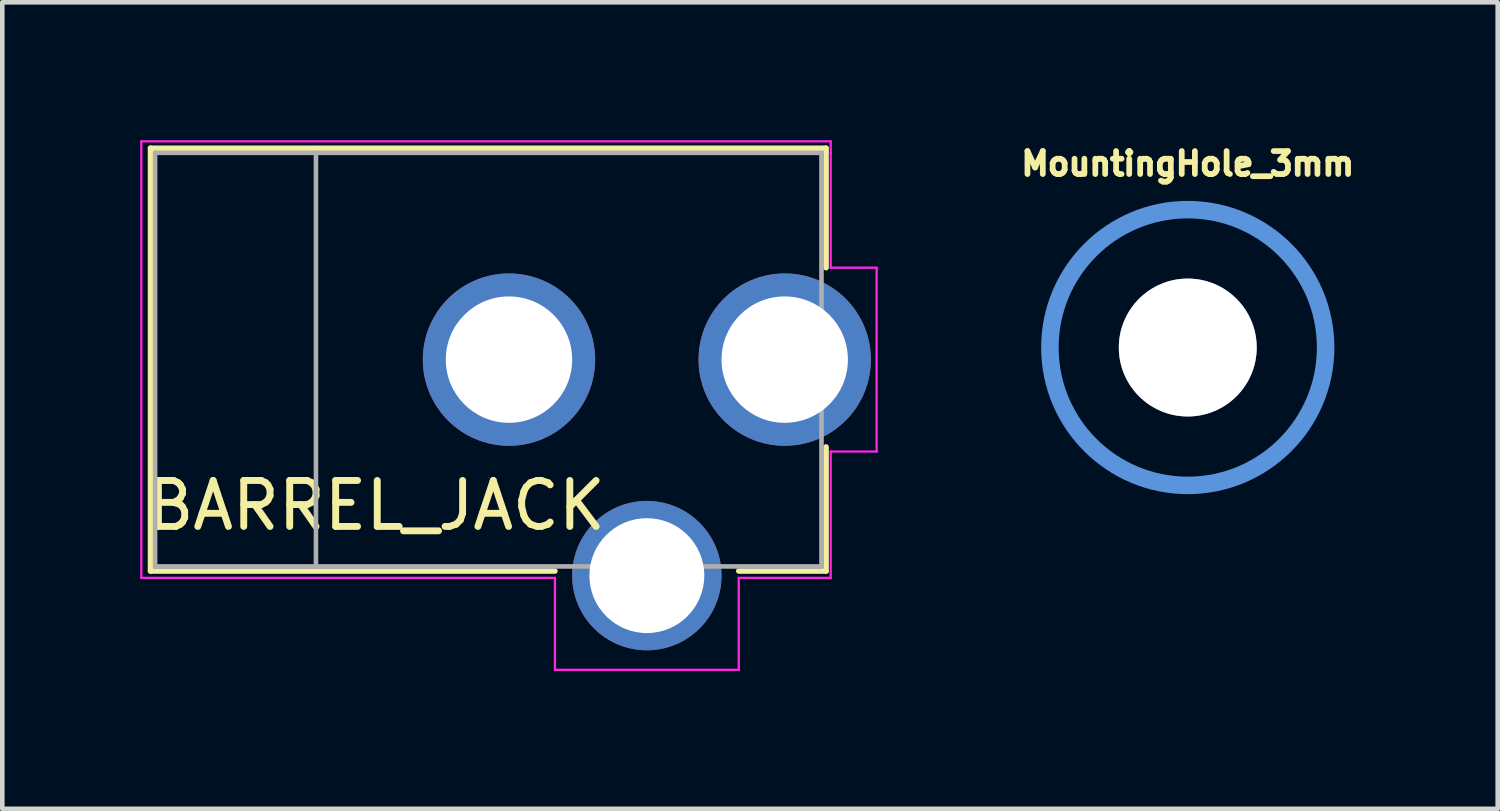
<source format=kicad_pcb>
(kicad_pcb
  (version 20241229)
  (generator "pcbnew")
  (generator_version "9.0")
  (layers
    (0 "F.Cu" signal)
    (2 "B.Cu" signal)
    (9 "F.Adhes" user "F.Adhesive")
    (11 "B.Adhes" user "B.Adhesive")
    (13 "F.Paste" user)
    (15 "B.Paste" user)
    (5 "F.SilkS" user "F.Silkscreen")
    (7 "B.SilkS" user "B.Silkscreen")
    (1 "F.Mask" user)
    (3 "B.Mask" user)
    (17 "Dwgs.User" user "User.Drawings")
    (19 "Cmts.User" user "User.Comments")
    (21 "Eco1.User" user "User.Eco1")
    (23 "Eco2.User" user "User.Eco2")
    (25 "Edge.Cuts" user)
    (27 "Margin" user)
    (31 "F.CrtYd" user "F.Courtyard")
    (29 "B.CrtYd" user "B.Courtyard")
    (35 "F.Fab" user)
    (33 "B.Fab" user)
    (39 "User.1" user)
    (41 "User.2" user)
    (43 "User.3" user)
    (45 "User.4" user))
  (footprint "BARREL_JACK"
    (layer "F.Cu")
    (at 14.025 4.775)
    (property "Reference" "BARREL_JACK" (at -8.89 3.175 0) (layer "F.SilkS") (effects (font (size 1 1) (thickness 0.15))))
    (attr through_hole)
    (fp_line (start -13.8 -4.6) (end 0.9 -4.6) (stroke (width 0.12) (type solid)) (layer "F.SilkS"))
    (fp_line (start -13.8 4.6) (end -13.8 -4.6) (stroke (width 0.12) (type solid)) (layer "F.SilkS"))
    (fp_line (start -5 4.6) (end -13.8 4.6) (stroke (width 0.12) (type solid)) (layer "F.SilkS"))
    (fp_line (start 0.9 -4.6) (end 0.9 -2) (stroke (width 0.12) (type solid)) (layer "F.SilkS"))
    (fp_line (start 0.9 1.9) (end 0.9 4.6) (stroke (width 0.12) (type solid)) (layer "F.SilkS"))
    (fp_line (start 0.9 4.6) (end -1 4.6) (stroke (width 0.12) (type solid)) (layer "F.SilkS"))
    (fp_line (start -14 4.75) (end -14 -4.75) (stroke (width 0.05) (type solid)) (layer "F.CrtYd"))
    (fp_line (start -5 4.75) (end -14 4.75) (stroke (width 0.05) (type solid)) (layer "F.CrtYd"))
    (fp_line (start -5 6.75) (end -5 4.75) (stroke (width 0.05) (type solid)) (layer "F.CrtYd"))
    (fp_line (start -1 4.75) (end -1 6.75) (stroke (width 0.05) (type solid)) (layer "F.CrtYd"))
    (fp_line (start -1 6.75) (end -5 6.75) (stroke (width 0.05) (type solid)) (layer "F.CrtYd"))
    (fp_line (start 1 -4.75) (end -14 -4.75) (stroke (width 0.05) (type solid)) (layer "F.CrtYd"))
    (fp_line (start 1 -4.5) (end 1 -4.75) (stroke (width 0.05) (type solid)) (layer "F.CrtYd"))
    (fp_line (start 1 -4.5) (end 1 -2) (stroke (width 0.05) (type solid)) (layer "F.CrtYd"))
    (fp_line (start 1 -2) (end 2 -2) (stroke (width 0.05) (type solid)) (layer "F.CrtYd"))
    (fp_line (start 1 2) (end 1 4.75) (stroke (width 0.05) (type solid)) (layer "F.CrtYd"))
    (fp_line (start 1 4.75) (end -1 4.75) (stroke (width 0.05) (type solid)) (layer "F.CrtYd"))
    (fp_line (start 2 -2) (end 2 2) (stroke (width 0.05) (type solid)) (layer "F.CrtYd"))
    (fp_line (start 2 2) (end 1 2) (stroke (width 0.05) (type solid)) (layer "F.CrtYd"))
    (fp_line (start -13.7 -4.5) (end -13.7 4.5) (stroke (width 0.1) (type solid)) (layer "F.Fab"))
    (fp_line (start -13.7 4.5) (end 0.8 4.5) (stroke (width 0.1) (type solid)) (layer "F.Fab"))
    (fp_line (start -10.2 -4.5) (end -10.2 4.5) (stroke (width 0.1) (type solid)) (layer "F.Fab"))
    (fp_line (start 0.8 -4.5) (end -13.7 -4.5) (stroke (width 0.1) (type solid)) (layer "F.Fab"))
    (fp_line (start 0.8 4.5) (end 0.8 -4.5) (stroke (width 0.1) (type solid)) (layer "F.Fab"))
    (pad "1" thru_hole oval (at 0 0) (size 3.75 3.75) (drill 2.75) (layers "*.Cu" "*.Mask"))
    (pad "2" thru_hole circle (at -6 0) (size 3.75 3.75) (drill 2.75) (layers "*.Cu" "*.Mask"))
    (pad "3" thru_hole circle (at -3 4.7) (size 3.25 3.25) (drill 2.5) (layers "*.Cu" "*.Mask")))
  (footprint "MountingHole_3mm"
    (layer "F.Cu")
    (at 22.795 4.512)
    (property "Reference" "MountingHole_3mm" (at 0 -4 0) (layer "F.SilkS") (effects (font (size 0.5 0.5) (thickness 0.125))))
    (attr through_hole)
    (fp_circle (center 0 0) (end 3 0) (stroke (width 0.381) (type solid)) (fill no) (layer "Cmts.User"))
    (pad "" thru_hole circle (at 0 0) (size 3 3) (drill 3) (layers)))
  (gr_rect
    (start -3 -3)
    (end 29.539 14.55)
    (stroke (width 0.1) (type default))
    (fill no)
    (layer "Edge.Cuts")))
</source>
